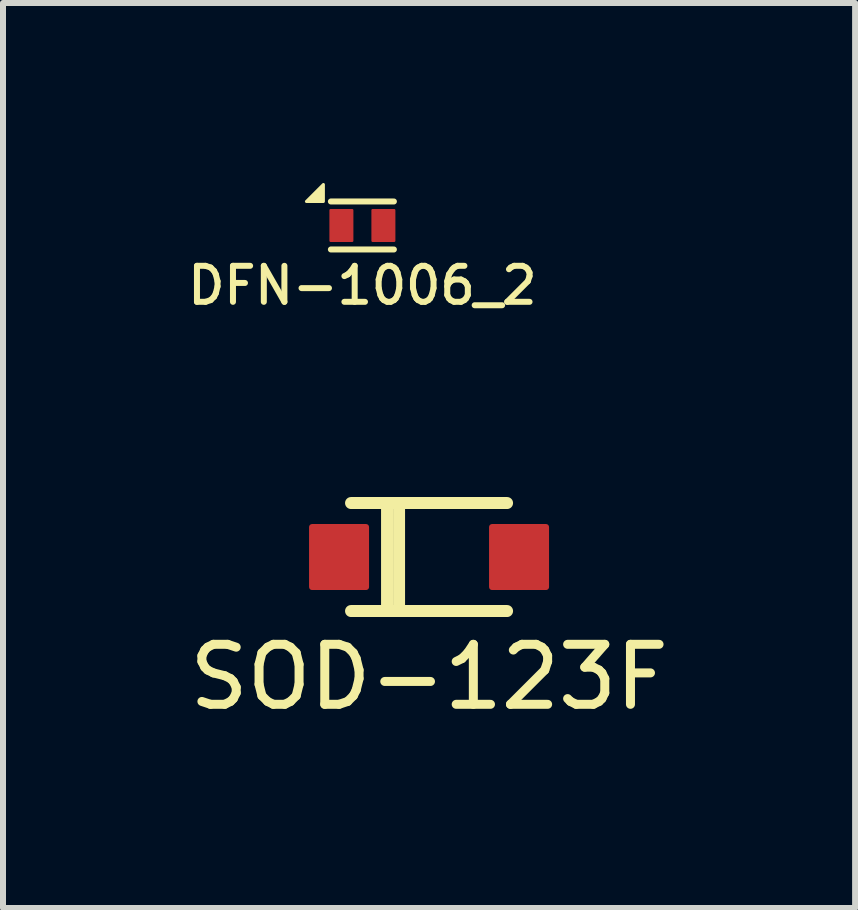
<source format=kicad_pcb>
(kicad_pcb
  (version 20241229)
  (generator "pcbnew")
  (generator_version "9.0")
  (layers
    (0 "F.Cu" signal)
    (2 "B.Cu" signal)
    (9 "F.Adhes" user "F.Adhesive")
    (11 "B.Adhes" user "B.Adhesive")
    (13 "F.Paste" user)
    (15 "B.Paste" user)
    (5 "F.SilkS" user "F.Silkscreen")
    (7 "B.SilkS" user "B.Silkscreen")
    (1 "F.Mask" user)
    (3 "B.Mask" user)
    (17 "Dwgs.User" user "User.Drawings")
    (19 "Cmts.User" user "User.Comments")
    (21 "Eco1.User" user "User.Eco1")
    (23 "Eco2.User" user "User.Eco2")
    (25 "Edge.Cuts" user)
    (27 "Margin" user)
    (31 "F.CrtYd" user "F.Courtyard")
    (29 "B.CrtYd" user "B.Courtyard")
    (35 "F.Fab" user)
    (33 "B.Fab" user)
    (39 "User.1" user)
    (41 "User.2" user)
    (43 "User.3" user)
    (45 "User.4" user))
  (footprint "SOD-123F"
    (layer "F.Cu")
    (at 4.101 6.234)
    (property "Reference" "SOD-123F" (at 0 2 0) (unlocked yes) (layer "F.SilkS") (effects (font (size 1 1) (thickness 0.15))))
    (attr smd)
    (fp_line (start -1.3 -0.9) (end 1.3 -0.9) (stroke (width 0.2) (type solid)) (layer "F.SilkS"))
    (fp_line (start -1.3 0.9) (end 1.3 0.9) (stroke (width 0.2) (type solid)) (layer "F.SilkS"))
    (fp_line (start -0.7 -0.9) (end -0.7 0.9) (stroke (width 0.2) (type solid)) (layer "F.SilkS"))
    (fp_line (start -0.5 -0.9) (end -0.5 0.9) (stroke (width 0.2) (type solid)) (layer "F.SilkS"))
    (pad "1" smd roundrect (at -1.5 0) (size 1 1.1) (layers "F.Cu" "F.Mask" "F.Paste") (roundrect_rratio 0.05))
    (pad "2" smd roundrect (at 1.5 0) (size 1 1.1) (layers "F.Cu" "F.Mask" "F.Paste") (roundrect_rratio 0.05)))
  (footprint "DFN-1006_2"
    (layer "F.Cu")
    (at 2.99 0.708)
    (property "Reference" "DFN-1006_2" (at 0 1 0) (unlocked yes) (layer "F.SilkS") (effects (font (size 0.6 0.6) (thickness 0.1))))
    (attr smd)
    (fp_line (start -0.525 -0.4) (end 0.525 -0.4) (stroke (width 0.1) (type solid)) (layer "F.SilkS"))
    (fp_line (start -0.525 0.4) (end 0.525 0.4) (stroke (width 0.1) (type solid)) (layer "F.SilkS"))
    (fp_poly (pts (xy -0.65 -0.683) (xy -0.65 -0.4) (xy -0.933 -0.4)) (stroke (width 0.05) (type solid)) (fill yes) (layer "F.SilkS"))
    (pad "1" smd roundrect (at -0.35 0) (size 0.4 0.55) (layers "F.Cu" "F.Mask" "F.Paste") (roundrect_rratio 0.05))
    (pad "2" smd roundrect (at 0.35 0) (size 0.4 0.55) (layers "F.Cu" "F.Mask" "F.Paste") (roundrect_rratio 0.05)))
  (gr_rect
    (start -3 -3)
    (end 11.202 12.083)
    (stroke (width 0.1) (type default))
    (fill no)
    (layer "Edge.Cuts")))
</source>
